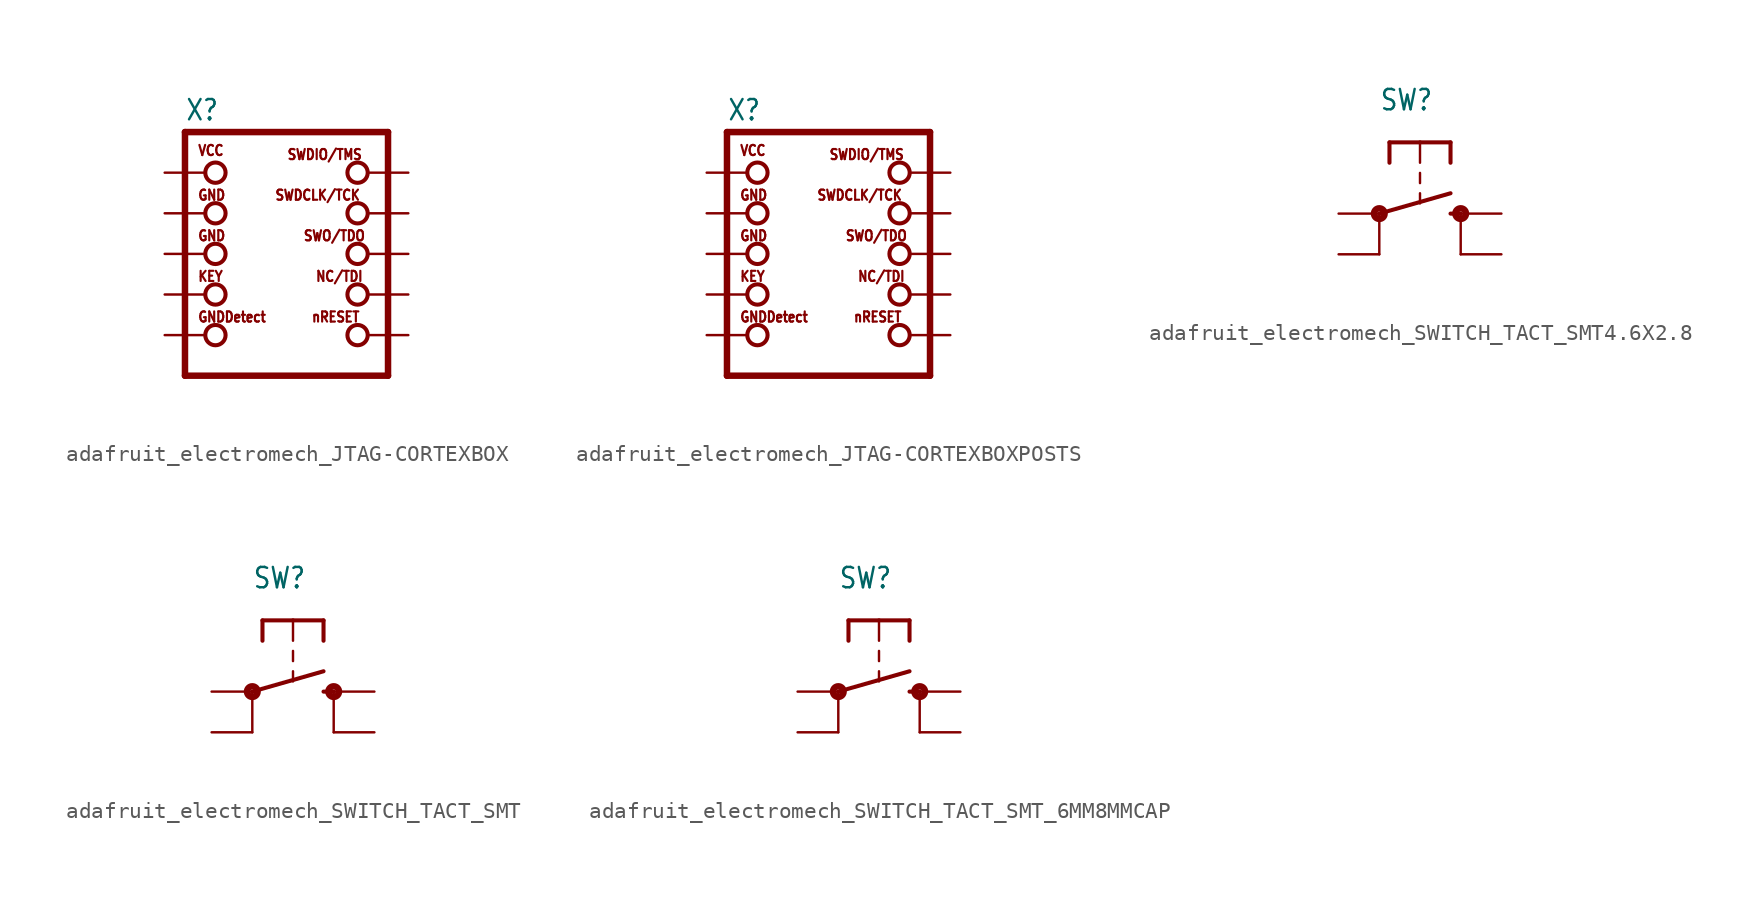
<source format=kicad_sym>
(kicad_symbol_lib
  (version 20241209)
  (generator "kicad_symbol_editor")
  (generator_version "9.0")
  (symbol "adafruit_electromech_JTAG-CORTEXBOX"
    (property "Reference" "X"
      (at -6.35 8.255 0)
      (effects (font (size 1.27 1.079)) (justify left bottom)))
    (property "Value" ""
      (at -6.35 -9.525 0)
      (effects (font (size 1.27 1.079)) (justify left bottom)))
    (property "ki_locked" ""
      (at 0 0 0)
      (effects (font (size 1.27 1.27))))
    (symbol "adafruit_electromech_JTAG-CORTEXBOX_1_0"
      (polyline (pts (xy -6.35 7.62) (xy -6.35 -7.62)) (stroke (width 0.406) (type solid)) (fill (type none)))
      (polyline (pts (xy -6.35 7.62) (xy 6.35 7.62)) (stroke (width 0.406) (type solid)) (fill (type none)))
      (circle (center -4.445 5.08) (radius 0.635) (stroke (width 0.254) (type solid)) (fill (type none)))
      (circle (center -4.445 2.54) (radius 0.635) (stroke (width 0.254) (type solid)) (fill (type none)))
      (circle (center -4.445 0) (radius 0.635) (stroke (width 0.254) (type solid)) (fill (type none)))
      (circle (center -4.445 -2.54) (radius 0.635) (stroke (width 0.254) (type solid)) (fill (type none)))
      (circle (center -4.445 -5.08) (radius 0.635) (stroke (width 0.254) (type solid)) (fill (type none)))
      (circle (center 4.445 5.08) (radius 0.635) (stroke (width 0.254) (type solid)) (fill (type none)))
      (circle (center 4.445 2.54) (radius 0.635) (stroke (width 0.254) (type solid)) (fill (type none)))
      (circle (center 4.445 0) (radius 0.635) (stroke (width 0.254) (type solid)) (fill (type none)))
      (circle (center 4.445 -2.54) (radius 0.635) (stroke (width 0.254) (type solid)) (fill (type none)))
      (circle (center 4.445 -5.08) (radius 0.635) (stroke (width 0.254) (type solid)) (fill (type none)))
      (polyline (pts (xy 6.35 -7.62) (xy -6.35 -7.62)) (stroke (width 0.406) (type solid)) (fill (type none)))
      (polyline (pts (xy 6.35 -7.62) (xy 6.35 7.62)) (stroke (width 0.406) (type solid)) (fill (type none)))
      (text "VCC" (at -5.588 6.096 0) (effects (font (size 0.635 0.54)) (justify left bottom)))
      (text "GND" (at -5.588 3.302 0) (effects (font (size 0.635 0.54)) (justify left bottom)))
      (text "GND" (at -5.588 0.762 0) (effects (font (size 0.635 0.54)) (justify left bottom)))
      (text "KEY" (at -5.588 -1.778 0) (effects (font (size 0.635 0.54)) (justify left bottom)))
      (text "GNDDetect" (at -5.588 -4.318 0) (effects (font (size 0.635 0.54)) (justify left bottom)))
      (text "SWDCLK/TCK" (at -0.762 3.302 0) (effects (font (size 0.635 0.54)) (justify left bottom)))
      (text "SWDIO/TMS" (at 0 5.842 0) (effects (font (size 0.635 0.54)) (justify left bottom)))
      (text "SWO/TDO" (at 1.016 0.762 0) (effects (font (size 0.635 0.54)) (justify left bottom)))
      (text "nRESET" (at 1.524 -4.318 0) (effects (font (size 0.635 0.54)) (justify left bottom)))
      (text "NC/TDI" (at 1.778 -1.778 0) (effects (font (size 0.635 0.54)) (justify left bottom)))
      (pin power_in line (at -7.62 5.08 0) (length 2.54) (name "VCC" (effects (font (size 0 0)))) (number "1" (effects (font (size 0 0)))))
      (pin power_in line (at -7.62 2.54 0) (length 2.54) (name "GND@1" (effects (font (size 0 0)))) (number "3" (effects (font (size 0 0)))))
      (pin power_in line (at -7.62 0 0) (length 2.54) (name "GND@2" (effects (font (size 0 0)))) (number "5" (effects (font (size 0 0)))))
      (pin bidirectional line (at -7.62 -2.54 0) (length 2.54) (name "KEY" (effects (font (size 0 0)))) (number "7" (effects (font (size 0 0)))))
      (pin bidirectional line (at -7.62 -5.08 0) (length 2.54) (name "GNDDETECT" (effects (font (size 0 0)))) (number "9" (effects (font (size 0 0)))))
      (pin bidirectional line (at 7.62 5.08 180) (length 2.54) (name "SWDIO" (effects (font (size 0 0)))) (number "2" (effects (font (size 0 0)))))
      (pin bidirectional line (at 7.62 2.54 180) (length 2.54) (name "SWDCLK" (effects (font (size 0 0)))) (number "4" (effects (font (size 0 0)))))
      (pin bidirectional line (at 7.62 0 180) (length 2.54) (name "SWO" (effects (font (size 0 0)))) (number "6" (effects (font (size 0 0)))))
      (pin bidirectional line (at 7.62 -2.54 180) (length 2.54) (name "TDI" (effects (font (size 0 0)))) (number "8" (effects (font (size 0 0)))))
      (pin bidirectional line (at 7.62 -5.08 180) (length 2.54) (name "NRESET" (effects (font (size 0 0)))) (number "10" (effects (font (size 0 0)))))))
  (symbol "adafruit_electromech_JTAG-CORTEXBOXPOSTS"
    (property "Reference" "X"
      (at -6.35 8.255 0)
      (effects (font (size 1.27 1.079)) (justify left bottom)))
    (property "Value" ""
      (at -6.35 -9.525 0)
      (effects (font (size 1.27 1.079)) (justify left bottom)))
    (property "ki_locked" ""
      (at 0 0 0)
      (effects (font (size 1.27 1.27))))
    (symbol "adafruit_electromech_JTAG-CORTEXBOXPOSTS_1_0"
      (polyline (pts (xy -6.35 7.62) (xy -6.35 -7.62)) (stroke (width 0.406) (type solid)) (fill (type none)))
      (polyline (pts (xy -6.35 7.62) (xy 6.35 7.62)) (stroke (width 0.406) (type solid)) (fill (type none)))
      (circle (center -4.445 5.08) (radius 0.635) (stroke (width 0.254) (type solid)) (fill (type none)))
      (circle (center -4.445 2.54) (radius 0.635) (stroke (width 0.254) (type solid)) (fill (type none)))
      (circle (center -4.445 0) (radius 0.635) (stroke (width 0.254) (type solid)) (fill (type none)))
      (circle (center -4.445 -2.54) (radius 0.635) (stroke (width 0.254) (type solid)) (fill (type none)))
      (circle (center -4.445 -5.08) (radius 0.635) (stroke (width 0.254) (type solid)) (fill (type none)))
      (circle (center 4.445 5.08) (radius 0.635) (stroke (width 0.254) (type solid)) (fill (type none)))
      (circle (center 4.445 2.54) (radius 0.635) (stroke (width 0.254) (type solid)) (fill (type none)))
      (circle (center 4.445 0) (radius 0.635) (stroke (width 0.254) (type solid)) (fill (type none)))
      (circle (center 4.445 -2.54) (radius 0.635) (stroke (width 0.254) (type solid)) (fill (type none)))
      (circle (center 4.445 -5.08) (radius 0.635) (stroke (width 0.254) (type solid)) (fill (type none)))
      (polyline (pts (xy 6.35 -7.62) (xy -6.35 -7.62)) (stroke (width 0.406) (type solid)) (fill (type none)))
      (polyline (pts (xy 6.35 -7.62) (xy 6.35 7.62)) (stroke (width 0.406) (type solid)) (fill (type none)))
      (text "VCC" (at -5.588 6.096 0) (effects (font (size 0.635 0.54)) (justify left bottom)))
      (text "GND" (at -5.588 3.302 0) (effects (font (size 0.635 0.54)) (justify left bottom)))
      (text "GND" (at -5.588 0.762 0) (effects (font (size 0.635 0.54)) (justify left bottom)))
      (text "KEY" (at -5.588 -1.778 0) (effects (font (size 0.635 0.54)) (justify left bottom)))
      (text "GNDDetect" (at -5.588 -4.318 0) (effects (font (size 0.635 0.54)) (justify left bottom)))
      (text "SWDCLK/TCK" (at -0.762 3.302 0) (effects (font (size 0.635 0.54)) (justify left bottom)))
      (text "SWDIO/TMS" (at 0 5.842 0) (effects (font (size 0.635 0.54)) (justify left bottom)))
      (text "SWO/TDO" (at 1.016 0.762 0) (effects (font (size 0.635 0.54)) (justify left bottom)))
      (text "nRESET" (at 1.524 -4.318 0) (effects (font (size 0.635 0.54)) (justify left bottom)))
      (text "NC/TDI" (at 1.778 -1.778 0) (effects (font (size 0.635 0.54)) (justify left bottom)))
      (pin power_in line (at -7.62 5.08 0) (length 2.54) (name "VCC" (effects (font (size 0 0)))) (number "1" (effects (font (size 0 0)))))
      (pin power_in line (at -7.62 2.54 0) (length 2.54) (name "GND@1" (effects (font (size 0 0)))) (number "3" (effects (font (size 0 0)))))
      (pin power_in line (at -7.62 0 0) (length 2.54) (name "GND@2" (effects (font (size 0 0)))) (number "5" (effects (font (size 0 0)))))
      (pin bidirectional line (at -7.62 -2.54 0) (length 2.54) (name "KEY" (effects (font (size 0 0)))) (number "7" (effects (font (size 0 0)))))
      (pin bidirectional line (at -7.62 -5.08 0) (length 2.54) (name "GNDDETECT" (effects (font (size 0 0)))) (number "9" (effects (font (size 0 0)))))
      (pin bidirectional line (at 7.62 5.08 180) (length 2.54) (name "SWDIO" (effects (font (size 0 0)))) (number "2" (effects (font (size 0 0)))))
      (pin bidirectional line (at 7.62 2.54 180) (length 2.54) (name "SWDCLK" (effects (font (size 0 0)))) (number "4" (effects (font (size 0 0)))))
      (pin bidirectional line (at 7.62 0 180) (length 2.54) (name "SWO" (effects (font (size 0 0)))) (number "6" (effects (font (size 0 0)))))
      (pin bidirectional line (at 7.62 -2.54 180) (length 2.54) (name "TDI" (effects (font (size 0 0)))) (number "8" (effects (font (size 0 0)))))
      (pin bidirectional line (at 7.62 -5.08 180) (length 2.54) (name "NRESET" (effects (font (size 0 0)))) (number "10" (effects (font (size 0 0)))))))
  (symbol "adafruit_electromech_SWITCH_TACT_SMT4.6X2.8"
    (property "Reference" "SW"
      (at -2.54 6.35 0)
      (effects (font (size 1.27 1.079)) (justify left bottom)))
    (property "Value" ""
      (at -2.54 -5.08 0)
      (effects (font (size 1.27 1.079)) (justify left bottom)))
    (property "ki_locked" ""
      (at 0 0 0)
      (effects (font (size 1.27 1.27))))
    (symbol "adafruit_electromech_SWITCH_TACT_SMT4.6X2.8_1_0"
      (circle (center -2.54 0) (radius 0.127) (stroke (width 0.406) (type solid)) (fill (type none)))
      (polyline (pts (xy -2.54 0) (xy 1.905 1.27)) (stroke (width 0.254) (type solid)) (fill (type none)))
      (polyline (pts (xy -2.54 -2.54) (xy -2.54 0)) (stroke (width 0.152) (type solid)) (fill (type none)))
      (polyline (pts (xy -1.905 4.445) (xy -1.905 3.175)) (stroke (width 0.254) (type solid)) (fill (type none)))
      (polyline (pts (xy 0 4.445) (xy -1.905 4.445)) (stroke (width 0.254) (type solid)) (fill (type none)))
      (polyline (pts (xy 0 4.445) (xy 0 3.175)) (stroke (width 0.152) (type solid)) (fill (type none)))
      (polyline (pts (xy 0 2.54) (xy 0 1.905)) (stroke (width 0.152) (type solid)) (fill (type none)))
      (polyline (pts (xy 0 1.27) (xy 0 0.635)) (stroke (width 0.152) (type solid)) (fill (type none)))
      (polyline (pts (xy 1.905 4.445) (xy 0 4.445)) (stroke (width 0.254) (type solid)) (fill (type none)))
      (polyline (pts (xy 1.905 4.445) (xy 1.905 3.175)) (stroke (width 0.254) (type solid)) (fill (type none)))
      (polyline (pts (xy 1.905 0) (xy 2.54 0)) (stroke (width 0.254) (type solid)) (fill (type none)))
      (circle (center 2.54 0) (radius 0.127) (stroke (width 0.406) (type solid)) (fill (type none)))
      (polyline (pts (xy 2.54 -2.54) (xy 2.54 0)) (stroke (width 0.152) (type solid)) (fill (type none)))
      (pin passive line (at -5.08 0 0) (length 2.54) (name "P" (effects (font (size 0 0)))) (number "A" (effects (font (size 0 0)))))
      (pin passive line (at -5.08 -2.54 0) (length 2.54) (name "P1" (effects (font (size 0 0)))) (number "A'" (effects (font (size 0 0)))))
      (pin passive line (at 5.08 0 180) (length 2.54) (name "S" (effects (font (size 0 0)))) (number "B" (effects (font (size 0 0)))))
      (pin passive line (at 5.08 -2.54 180) (length 2.54) (name "S1" (effects (font (size 0 0)))) (number "B'" (effects (font (size 0 0)))))))
  (symbol "adafruit_electromech_SWITCH_TACT_SMT"
    (property "Reference" "SW"
      (at -2.54 6.35 0)
      (effects (font (size 1.27 1.079)) (justify left bottom)))
    (property "Value" ""
      (at -2.54 -5.08 0)
      (effects (font (size 1.27 1.079)) (justify left bottom)))
    (property "ki_locked" ""
      (at 0 0 0)
      (effects (font (size 1.27 1.27))))
    (symbol "adafruit_electromech_SWITCH_TACT_SMT_1_0"
      (circle (center -2.54 0) (radius 0.127) (stroke (width 0.406) (type solid)) (fill (type none)))
      (polyline (pts (xy -2.54 0) (xy 1.905 1.27)) (stroke (width 0.254) (type solid)) (fill (type none)))
      (polyline (pts (xy -2.54 -2.54) (xy -2.54 0)) (stroke (width 0.152) (type solid)) (fill (type none)))
      (polyline (pts (xy -1.905 4.445) (xy -1.905 3.175)) (stroke (width 0.254) (type solid)) (fill (type none)))
      (polyline (pts (xy 0 4.445) (xy -1.905 4.445)) (stroke (width 0.254) (type solid)) (fill (type none)))
      (polyline (pts (xy 0 4.445) (xy 0 3.175)) (stroke (width 0.152) (type solid)) (fill (type none)))
      (polyline (pts (xy 0 2.54) (xy 0 1.905)) (stroke (width 0.152) (type solid)) (fill (type none)))
      (polyline (pts (xy 0 1.27) (xy 0 0.635)) (stroke (width 0.152) (type solid)) (fill (type none)))
      (polyline (pts (xy 1.905 4.445) (xy 0 4.445)) (stroke (width 0.254) (type solid)) (fill (type none)))
      (polyline (pts (xy 1.905 4.445) (xy 1.905 3.175)) (stroke (width 0.254) (type solid)) (fill (type none)))
      (polyline (pts (xy 1.905 0) (xy 2.54 0)) (stroke (width 0.254) (type solid)) (fill (type none)))
      (circle (center 2.54 0) (radius 0.127) (stroke (width 0.406) (type solid)) (fill (type none)))
      (polyline (pts (xy 2.54 -2.54) (xy 2.54 0)) (stroke (width 0.152) (type solid)) (fill (type none)))
      (pin passive line (at -5.08 0 0) (length 2.54) (name "P" (effects (font (size 0 0)))) (number "A" (effects (font (size 0 0)))))
      (pin passive line (at -5.08 -2.54 0) (length 2.54) (name "P1" (effects (font (size 0 0)))) (number "A'" (effects (font (size 0 0)))))
      (pin passive line (at 5.08 0 180) (length 2.54) (name "S" (effects (font (size 0 0)))) (number "B" (effects (font (size 0 0)))))
      (pin passive line (at 5.08 -2.54 180) (length 2.54) (name "S1" (effects (font (size 0 0)))) (number "B'" (effects (font (size 0 0)))))))
  (symbol "adafruit_electromech_SWITCH_TACT_SMT_6MM8MMCAP"
    (property "Reference" "SW"
      (at -2.54 6.35 0)
      (effects (font (size 1.27 1.079)) (justify left bottom)))
    (property "Value" ""
      (at -2.54 -5.08 0)
      (effects (font (size 1.27 1.079)) (justify left bottom)))
    (property "ki_locked" ""
      (at 0 0 0)
      (effects (font (size 1.27 1.27))))
    (symbol "adafruit_electromech_SWITCH_TACT_SMT_6MM8MMCAP_1_0"
      (circle (center -2.54 0) (radius 0.127) (stroke (width 0.406) (type solid)) (fill (type none)))
      (polyline (pts (xy -2.54 0) (xy 1.905 1.27)) (stroke (width 0.254) (type solid)) (fill (type none)))
      (polyline (pts (xy -2.54 -2.54) (xy -2.54 0)) (stroke (width 0.152) (type solid)) (fill (type none)))
      (polyline (pts (xy -1.905 4.445) (xy -1.905 3.175)) (stroke (width 0.254) (type solid)) (fill (type none)))
      (polyline (pts (xy 0 4.445) (xy -1.905 4.445)) (stroke (width 0.254) (type solid)) (fill (type none)))
      (polyline (pts (xy 0 4.445) (xy 0 3.175)) (stroke (width 0.152) (type solid)) (fill (type none)))
      (polyline (pts (xy 0 2.54) (xy 0 1.905)) (stroke (width 0.152) (type solid)) (fill (type none)))
      (polyline (pts (xy 0 1.27) (xy 0 0.635)) (stroke (width 0.152) (type solid)) (fill (type none)))
      (polyline (pts (xy 1.905 4.445) (xy 0 4.445)) (stroke (width 0.254) (type solid)) (fill (type none)))
      (polyline (pts (xy 1.905 4.445) (xy 1.905 3.175)) (stroke (width 0.254) (type solid)) (fill (type none)))
      (polyline (pts (xy 1.905 0) (xy 2.54 0)) (stroke (width 0.254) (type solid)) (fill (type none)))
      (circle (center 2.54 0) (radius 0.127) (stroke (width 0.406) (type solid)) (fill (type none)))
      (polyline (pts (xy 2.54 -2.54) (xy 2.54 0)) (stroke (width 0.152) (type solid)) (fill (type none)))
      (pin passive line (at -5.08 0 0) (length 2.54) (name "P" (effects (font (size 0 0)))) (number "A" (effects (font (size 0 0)))))
      (pin passive line (at -5.08 -2.54 0) (length 2.54) (name "P1" (effects (font (size 0 0)))) (number "A'" (effects (font (size 0 0)))))
      (pin passive line (at 5.08 0 180) (length 2.54) (name "S" (effects (font (size 0 0)))) (number "B" (effects (font (size 0 0)))))
      (pin passive line (at 5.08 -2.54 180) (length 2.54) (name "S1" (effects (font (size 0 0)))) (number "B'" (effects (font (size 0 0))))))))
</source>
